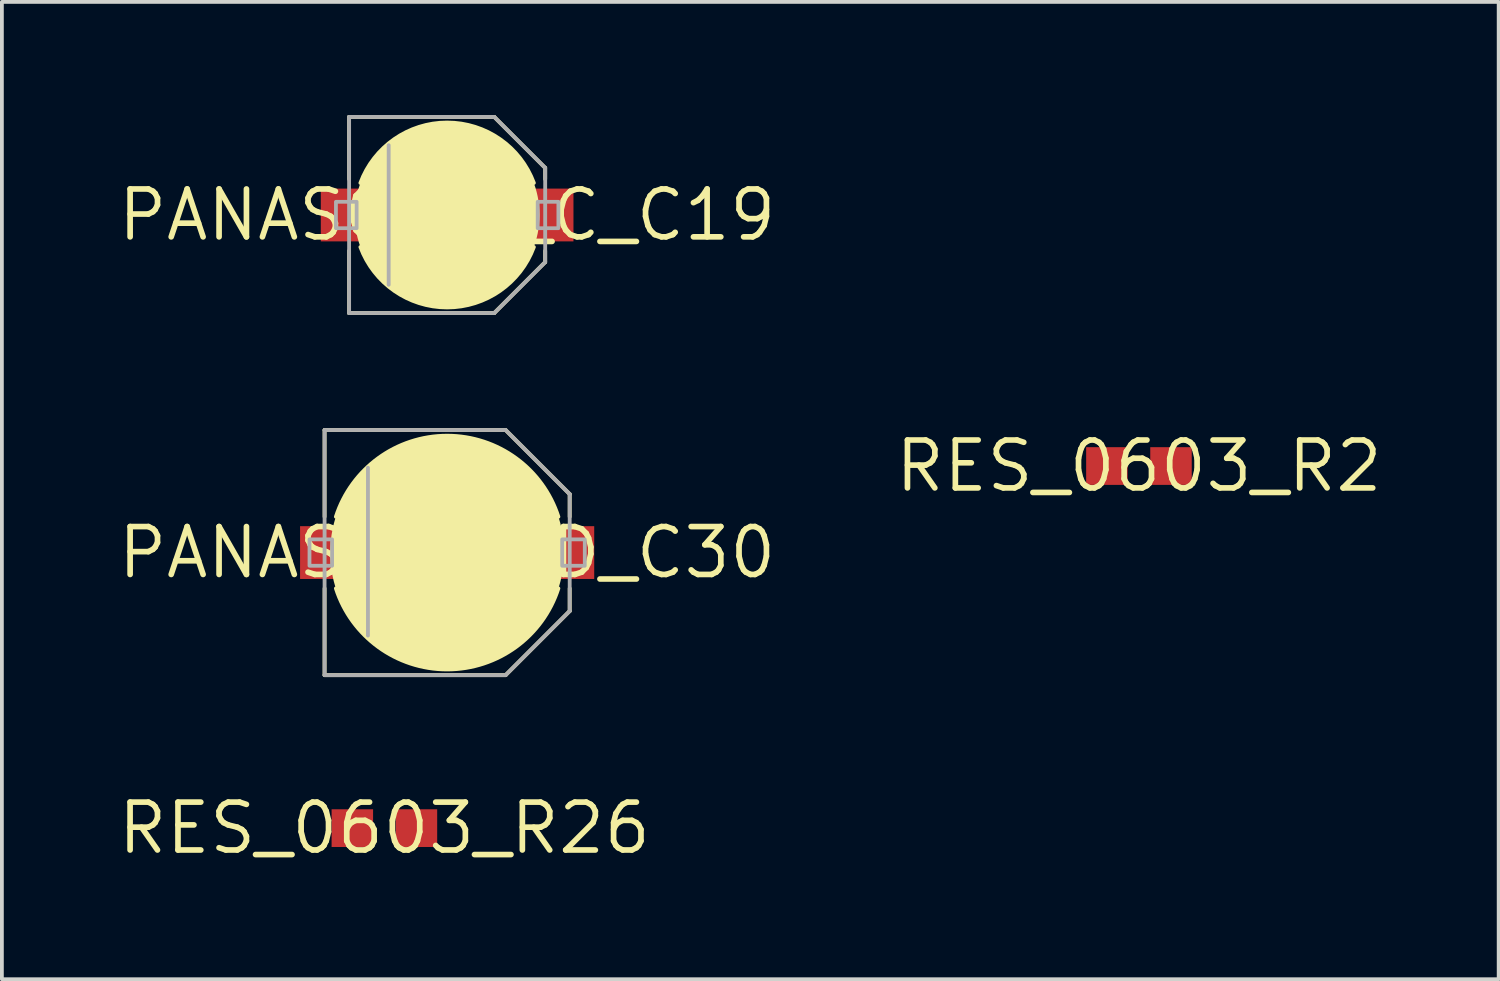
<source format=kicad_pcb>
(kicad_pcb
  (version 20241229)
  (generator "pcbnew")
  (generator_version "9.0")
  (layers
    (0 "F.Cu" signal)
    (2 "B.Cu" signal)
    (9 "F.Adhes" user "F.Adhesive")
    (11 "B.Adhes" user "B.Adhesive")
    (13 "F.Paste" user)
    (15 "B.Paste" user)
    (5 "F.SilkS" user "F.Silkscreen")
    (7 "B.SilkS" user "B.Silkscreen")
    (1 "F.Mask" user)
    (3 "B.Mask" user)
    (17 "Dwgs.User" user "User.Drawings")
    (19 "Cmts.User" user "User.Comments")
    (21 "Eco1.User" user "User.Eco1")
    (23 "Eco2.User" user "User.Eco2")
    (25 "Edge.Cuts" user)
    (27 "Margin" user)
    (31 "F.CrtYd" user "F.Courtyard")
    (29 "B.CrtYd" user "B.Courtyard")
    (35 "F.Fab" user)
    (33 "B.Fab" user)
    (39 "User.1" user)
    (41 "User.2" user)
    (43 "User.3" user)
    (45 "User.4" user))
  (footprint "RES_0603_R26"
    (layer "F.Cu")
    (at 7.143 18.91)
    (property "Reference" "RES_0603_R26" (at 0 0 0) (layer "F.SilkS") (effects (font (size 1.27 1.27) (thickness 0.15))))
    (pad "1" smd rect (at -0.85 0 90) (size 1 1.1) (layers "F.Cu" "F.Mask" "F.Paste"))
    (pad "2" smd rect (at 0.85 0 90) (size 1 1.1) (layers "F.Cu" "F.Mask" "F.Paste")))
  (footprint "PANASONIC_D_C30"
    (layer "F.Cu")
    (at 8.807 11.603)
    (property "Reference" "PANASONIC_D_C30" (at 0 0 0) (layer "F.SilkS") (effects (font (size 1.27 1.27) (thickness 0.15))))
    (fp_poly (pts (xy -0.9 0.7) (xy -3.9 0.7) (xy -3.9 -0.7) (xy -0.9 -0.7)) (stroke (width 0) (type default)) (fill yes) (layer "F.Mask"))
    (fp_poly (pts (xy 3.9 0.7) (xy 0.9 0.7) (xy 0.9 -0.7) (xy 3.9 -0.7)) (stroke (width 0) (type default)) (fill yes) (layer "F.Mask"))
    (fp_line (start -3.25 -3.25) (end 1.55 -3.25) (stroke (width 0.102) (type solid)) (layer "F.SilkS"))
    (fp_line (start -3.25 -0.95) (end -3.25 -3.25) (stroke (width 0.102) (type solid)) (layer "F.SilkS"))
    (fp_line (start -3.25 3.25) (end -3.25 0.95) (stroke (width 0.102) (type solid)) (layer "F.SilkS"))
    (fp_line (start 1.55 -3.25) (end 3.25 -1.55) (stroke (width 0.102) (type solid)) (layer "F.SilkS"))
    (fp_line (start 1.55 3.25) (end -3.25 3.25) (stroke (width 0.102) (type solid)) (layer "F.SilkS"))
    (fp_line (start 3.25 -1.55) (end 3.25 -0.95) (stroke (width 0.102) (type solid)) (layer "F.SilkS"))
    (fp_line (start 3.25 0.95) (end 3.25 1.55) (stroke (width 0.102) (type solid)) (layer "F.SilkS"))
    (fp_line (start 3.25 1.55) (end 1.55 3.25) (stroke (width 0.102) (type solid)) (layer "F.SilkS"))
    (fp_arc (start -2.949999 -0.950002) (mid 0.000001 -3.09893) (end 2.95 -0.95) (stroke (width 0.102) (type solid)) (layer "F.SilkS"))
    (fp_arc (start 2.95 0.950001) (mid 0 3.098938) (end -2.95 0.95) (stroke (width 0.102) (type solid)) (layer "F.SilkS"))
    (fp_circle (center 0 0) (end 1.55 0) (stroke (width 3.1) (type solid)) (fill yes) (layer "F.SilkS"))
    (fp_poly (pts (xy -0.9 0.7) (xy -3.9 0.7) (xy -3.9 -0.7) (xy -0.9 -0.7)) (stroke (width 0) (type default)) (fill yes) (layer "F.Paste"))
    (fp_poly (pts (xy 3.9 0.7) (xy 0.9 0.7) (xy 0.9 -0.7) (xy 3.9 -0.7)) (stroke (width 0) (type default)) (fill yes) (layer "F.Paste"))
    (fp_line (start -3.25 -3.25) (end 1.55 -3.25) (stroke (width 0.102) (type solid)) (layer "F.Fab"))
    (fp_line (start -3.25 3.25) (end -3.25 -3.25) (stroke (width 0.102) (type solid)) (layer "F.Fab"))
    (fp_line (start -2.1 -2.25) (end -2.1 2.2) (stroke (width 0.102) (type solid)) (layer "F.Fab"))
    (fp_line (start 1.55 -3.25) (end 3.25 -1.55) (stroke (width 0.102) (type solid)) (layer "F.Fab"))
    (fp_line (start 1.55 3.25) (end -3.25 3.25) (stroke (width 0.102) (type solid)) (layer "F.Fab"))
    (fp_line (start 3.25 -1.55) (end 3.25 1.55) (stroke (width 0.102) (type solid)) (layer "F.Fab"))
    (fp_line (start 3.25 1.55) (end 1.55 3.25) (stroke (width 0.102) (type solid)) (layer "F.Fab"))
    (fp_poly (pts (xy -3.05 -0.35) (xy -3.65 -0.35) (xy -3.65 0.35) (xy -3.05 0.35)) (stroke (width 0.1) (type default)) (fill no) (layer "F.Fab"))
    (fp_poly (pts (xy 3.65 -0.35) (xy 3.051 -0.35) (xy 3.051 0.35) (xy 3.65 0.35)) (stroke (width 0.1) (type default)) (fill no) (layer "F.Fab"))
    (pad "+" smd rect (at 2.4 0 180) (size 3 1.4) (layers "F.Cu"))
    (pad "-" smd rect (at -2.4 0 180) (size 3 1.4) (layers "F.Cu")))
  (footprint "PANASONIC_C_C19"
    (layer "F.Cu")
    (at 8.807 2.651)
    (property "Reference" "PANASONIC_C_C19" (at 0 0 0) (layer "F.SilkS") (effects (font (size 1.27 1.27) (thickness 0.15))))
    (fp_poly (pts (xy -3.35 -0.7) (xy -0.75 -0.7) (xy -0.75 0.7) (xy -3.35 0.7)) (stroke (width 0) (type default)) (fill yes) (layer "F.Mask"))
    (fp_poly (pts (xy 0.75 -0.7) (xy 3.35 -0.7) (xy 3.35 0.7) (xy 0.75 0.7)) (stroke (width 0) (type default)) (fill yes) (layer "F.Mask"))
    (fp_line (start -2.6 -2.6) (end 1.25 -2.6) (stroke (width 0.102) (type solid)) (layer "F.SilkS"))
    (fp_line (start -2.6 -0.95) (end -2.6 -2.6) (stroke (width 0.102) (type solid)) (layer "F.SilkS"))
    (fp_line (start -2.6 2.6) (end -2.6 0.95) (stroke (width 0.102) (type solid)) (layer "F.SilkS"))
    (fp_line (start 1.25 -2.6) (end 2.6 -1.25) (stroke (width 0.102) (type solid)) (layer "F.SilkS"))
    (fp_line (start 1.25 2.6) (end -2.6 2.6) (stroke (width 0.102) (type solid)) (layer "F.SilkS"))
    (fp_line (start 2.6 -1.25) (end 2.6 -0.95) (stroke (width 0.102) (type solid)) (layer "F.SilkS"))
    (fp_line (start 2.6 0.95) (end 2.6 1.25) (stroke (width 0.102) (type solid)) (layer "F.SilkS"))
    (fp_line (start 2.6 1.25) (end 1.25 2.6) (stroke (width 0.102) (type solid)) (layer "F.SilkS"))
    (fp_arc (start -2.3 -0.850001) (mid 0 -2.451525) (end 2.3 -0.85) (stroke (width 0.102) (type solid)) (layer "F.SilkS"))
    (fp_arc (start 2.3 0.850001) (mid 0 2.451531) (end -2.3 0.85) (stroke (width 0.102) (type solid)) (layer "F.SilkS"))
    (fp_circle (center 0 0) (end 1.225 0) (stroke (width 2.45) (type solid)) (fill yes) (layer "F.SilkS"))
    (fp_poly (pts (xy -3.35 -0.7) (xy -0.75 -0.7) (xy -0.75 0.7) (xy -3.35 0.7)) (stroke (width 0) (type default)) (fill yes) (layer "F.Paste"))
    (fp_poly (pts (xy 0.75 -0.7) (xy 3.35 -0.7) (xy 3.35 0.7) (xy 0.75 0.7)) (stroke (width 0) (type default)) (fill yes) (layer "F.Paste"))
    (fp_line (start -2.6 -2.6) (end 1.25 -2.6) (stroke (width 0.102) (type solid)) (layer "F.Fab"))
    (fp_line (start -2.6 2.6) (end -2.6 -2.6) (stroke (width 0.102) (type solid)) (layer "F.Fab"))
    (fp_line (start -1.55 -1.85) (end -1.55 1.85) (stroke (width 0.102) (type solid)) (layer "F.Fab"))
    (fp_line (start 1.25 -2.6) (end 2.6 -1.25) (stroke (width 0.102) (type solid)) (layer "F.Fab"))
    (fp_line (start 1.25 2.6) (end -2.6 2.6) (stroke (width 0.102) (type solid)) (layer "F.Fab"))
    (fp_line (start 2.6 -1.25) (end 2.6 1.25) (stroke (width 0.102) (type solid)) (layer "F.Fab"))
    (fp_line (start 2.6 1.25) (end 1.25 2.6) (stroke (width 0.102) (type solid)) (layer "F.Fab"))
    (fp_poly (pts (xy -2.4 -0.35) (xy -2.949 -0.35) (xy -2.949 0.35) (xy -2.4 0.35)) (stroke (width 0.1) (type default)) (fill no) (layer "F.Fab"))
    (fp_poly (pts (xy 2.95 -0.35) (xy 2.401 -0.35) (xy 2.401 0.35) (xy 2.95 0.35)) (stroke (width 0.1) (type default)) (fill no) (layer "F.Fab"))
    (pad "+" smd rect (at 2.05 0) (size 2.6 1.4) (layers "F.Cu"))
    (pad "-" smd rect (at -2.05 0) (size 2.6 1.4) (layers "F.Cu")))
  (footprint "RES_0603_R2"
    (layer "F.Cu")
    (at 27.152 9.308)
    (property "Reference" "RES_0603_R2" (at 0 0 0) (layer "F.SilkS") (effects (font (size 1.27 1.27) (thickness 0.15))))
    (fp_poly (pts (xy -1.4 -0.5) (xy -0.3 -0.5) (xy -0.3 0.5) (xy -1.4 0.5)) (stroke (width 0) (type default)) (fill yes) (layer "F.Mask"))
    (fp_poly (pts (xy 0.3 -0.5) (xy 1.4 -0.5) (xy 1.4 0.5) (xy 0.3 0.5)) (stroke (width 0) (type default)) (fill yes) (layer "F.Mask"))
    (fp_poly (pts (xy -1.4 -0.5) (xy -0.3 -0.5) (xy -0.3 0.5) (xy -1.4 0.5)) (stroke (width 0) (type default)) (fill yes) (layer "F.Paste"))
    (fp_poly (pts (xy 0.3 -0.5) (xy 1.4 -0.5) (xy 1.4 0.5) (xy 0.3 0.5)) (stroke (width 0) (type default)) (fill yes) (layer "F.Paste"))
    (pad "1" smd rect (at -0.85 0 90) (size 1 1.1) (layers "F.Cu"))
    (pad "2" smd rect (at 0.85 0 90) (size 1 1.1) (layers "F.Cu")))
  (gr_rect
    (start -3 -3)
    (end 36.691 22.916)
    (stroke (width 0.1) (type default))
    (fill no)
    (layer "Edge.Cuts")))
</source>
